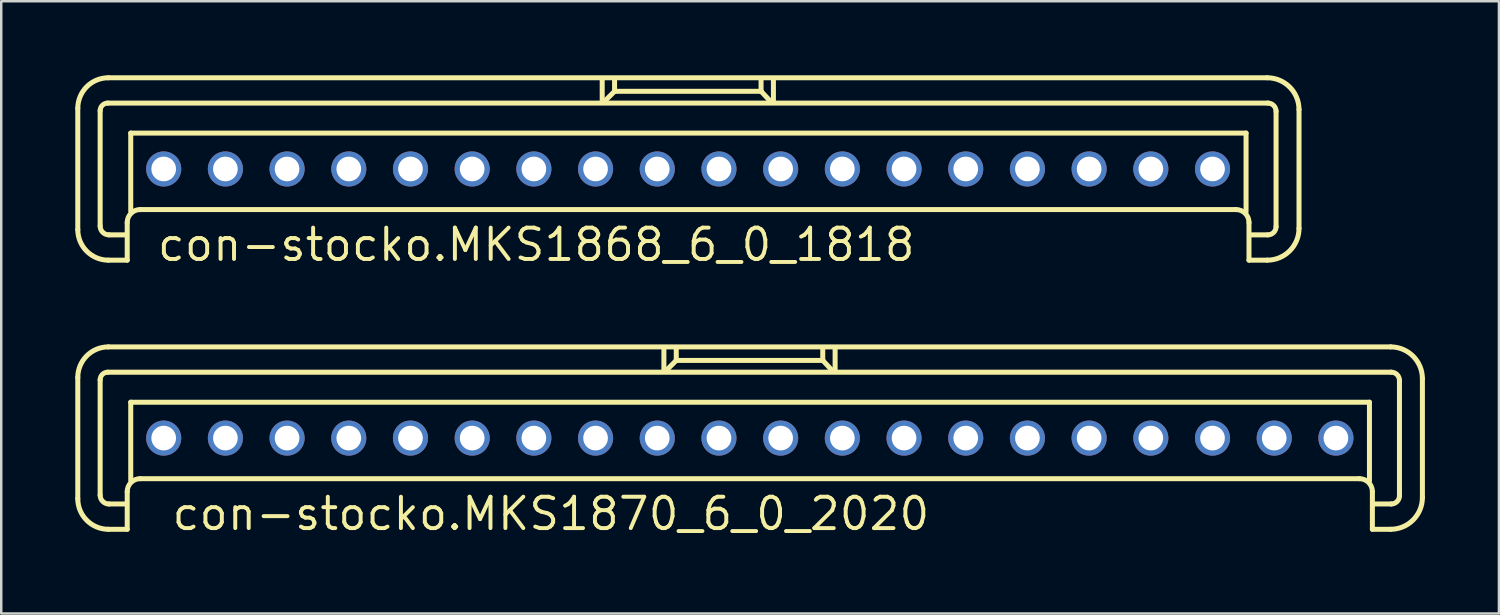
<source format=kicad_pcb>
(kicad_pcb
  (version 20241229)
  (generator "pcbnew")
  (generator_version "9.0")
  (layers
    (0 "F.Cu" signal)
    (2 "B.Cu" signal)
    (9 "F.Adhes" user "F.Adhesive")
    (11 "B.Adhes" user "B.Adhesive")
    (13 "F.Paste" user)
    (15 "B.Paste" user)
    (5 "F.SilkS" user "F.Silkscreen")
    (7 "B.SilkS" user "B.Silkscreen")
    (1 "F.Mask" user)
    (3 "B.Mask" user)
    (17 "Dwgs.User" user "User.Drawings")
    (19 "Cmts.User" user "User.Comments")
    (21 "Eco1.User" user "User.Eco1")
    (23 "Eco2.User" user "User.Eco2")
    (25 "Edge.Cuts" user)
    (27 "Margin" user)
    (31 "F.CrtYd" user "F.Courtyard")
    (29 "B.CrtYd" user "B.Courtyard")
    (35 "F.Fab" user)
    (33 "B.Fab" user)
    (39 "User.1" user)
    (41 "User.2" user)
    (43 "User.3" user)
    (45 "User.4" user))
  (footprint "con-stocko.MKS1870_6_0_2020"
    (layer "F.Cu")
    (at 27.333 14.702)
    (property "Reference" "con-stocko.MKS1870_6_0_2020" (at -23.495 3.81 0) (layer "F.SilkS") (effects (font (size 1.27 1.27) (thickness 0.16)) (justify left bottom)))
    (attr through_hole)
    (fp_line (start -27.231 2.456) (end -27.231 -2.456) (stroke (width 0.203) (type default)) (layer "F.SilkS"))
    (fp_line (start -26.325 2.313) (end -26.325 -2.361) (stroke (width 0.203) (type default)) (layer "F.SilkS"))
    (fp_line (start -26.015 -2.67) (end 25.991 -2.67) (stroke (width 0.203) (type default)) (layer "F.SilkS"))
    (fp_line (start -25.991 -3.696) (end 25.967 -3.696) (stroke (width 0.203) (type default)) (layer "F.SilkS"))
    (fp_line (start -25.252 2.67) (end -25.967 2.67) (stroke (width 0.203) (type default)) (layer "F.SilkS"))
    (fp_line (start -25.228 2.17) (end -25.228 3.695) (stroke (width 0.203) (type default)) (layer "F.SilkS"))
    (fp_line (start -25.228 3.695) (end -25.991 3.695) (stroke (width 0.203) (type default)) (layer "F.SilkS"))
    (fp_line (start -25.085 -1.454) (end 25.109 -1.454) (stroke (width 0.203) (type default)) (layer "F.SilkS"))
    (fp_line (start -25.085 1.716) (end -25.085 -1.454) (stroke (width 0.203) (type default)) (layer "F.SilkS"))
    (fp_line (start -3.481 -3.648) (end -3.481 -2.742) (stroke (width 0.203) (type default)) (layer "F.SilkS"))
    (fp_line (start -3.004 -3.123) (end -3.386 -2.742) (stroke (width 0.203) (type default)) (layer "F.SilkS"))
    (fp_line (start -2.98 -3.147) (end -2.98 -3.624) (stroke (width 0.203) (type default)) (layer "F.SilkS"))
    (fp_line (start 2.956 -3.672) (end 2.956 -3.147) (stroke (width 0.203) (type default)) (layer "F.SilkS"))
    (fp_line (start 2.956 -3.147) (end -2.98 -3.147) (stroke (width 0.203) (type default)) (layer "F.SilkS"))
    (fp_line (start 2.98 -3.123) (end 3.314 -2.766) (stroke (width 0.203) (type default)) (layer "F.SilkS"))
    (fp_line (start 3.457 -3.624) (end 3.457 -2.742) (stroke (width 0.203) (type default)) (layer "F.SilkS"))
    (fp_line (start 24.704 1.645) (end -24.704 1.645) (stroke (width 0.203) (type default)) (layer "F.SilkS"))
    (fp_line (start 25.109 -1.454) (end 25.109 1.74) (stroke (width 0.203) (type default)) (layer "F.SilkS"))
    (fp_line (start 25.228 3.695) (end 25.228 2.17) (stroke (width 0.203) (type default)) (layer "F.SilkS"))
    (fp_line (start 25.967 3.695) (end 25.228 3.695) (stroke (width 0.203) (type default)) (layer "F.SilkS"))
    (fp_line (start 25.991 2.67) (end 25.323 2.67) (stroke (width 0.203) (type default)) (layer "F.SilkS"))
    (fp_line (start 26.325 -2.337) (end 26.325 2.336) (stroke (width 0.203) (type default)) (layer "F.SilkS"))
    (fp_line (start 27.255 -2.408) (end 27.255 2.408) (stroke (width 0.203) (type default)) (layer "F.SilkS"))
    (fp_arc (start -27.231 -2.4558) (mid -26.867871 -3.332471) (end -25.9912 -3.6956) (stroke (width 0.2032) (type default)) (layer "F.SilkS"))
    (fp_arc (start -26.325 -2.3605) (mid -26.234232 -2.579632) (end -26.0151 -2.6704) (stroke (width 0.2032) (type default)) (layer "F.SilkS"))
    (fp_arc (start -25.9912 3.6954) (mid -26.867871 3.332271) (end -27.231 2.4556) (stroke (width 0.2032) (type default)) (layer "F.SilkS"))
    (fp_arc (start -25.9674 2.6702) (mid -26.220261 2.565461) (end -26.325 2.3126) (stroke (width 0.2032) (type default)) (layer "F.SilkS"))
    (fp_arc (start -25.2283 2.1695) (mid -25.074678 1.798622) (end -24.7038 1.645) (stroke (width 0.2032) (type default)) (layer "F.SilkS"))
    (fp_arc (start 24.7036 1.645) (mid 25.074478 1.798622) (end 25.2281 2.1695) (stroke (width 0.2032) (type default)) (layer "F.SilkS"))
    (fp_arc (start 25.9672 -3.6956) (mid 26.8776 -3.3185) (end 27.2547 -2.4081) (stroke (width 0.2032) (type default)) (layer "F.SilkS"))
    (fp_arc (start 25.9911 -2.6704) (mid 26.227132 -2.572632) (end 26.3249 -2.3366) (stroke (width 0.2032) (type default)) (layer "F.SilkS"))
    (fp_arc (start 26.3249 2.3364) (mid 26.227132 2.572432) (end 25.9911 2.6702) (stroke (width 0.2032) (type default)) (layer "F.SilkS"))
    (fp_arc (start 27.2547 2.4079) (mid 26.8776 3.3183) (end 25.9672 3.6954) (stroke (width 0.2032) (type default)) (layer "F.SilkS"))
    (pad "1" thru_hole circle (at -23.75 0) (size 1.422 1.422) (drill 1) (layers "*.Cu" "*.Mask"))
    (pad "2" thru_hole circle (at -21.25 0) (size 1.422 1.422) (drill 1) (layers "*.Cu" "*.Mask"))
    (pad "3" thru_hole circle (at -18.75 0) (size 1.422 1.422) (drill 1) (layers "*.Cu" "*.Mask"))
    (pad "4" thru_hole circle (at -16.25 0) (size 1.422 1.422) (drill 1) (layers "*.Cu" "*.Mask"))
    (pad "5" thru_hole circle (at -13.75 0) (size 1.422 1.422) (drill 1) (layers "*.Cu" "*.Mask"))
    (pad "6" thru_hole circle (at -11.25 0) (size 1.422 1.422) (drill 1) (layers "*.Cu" "*.Mask"))
    (pad "7" thru_hole circle (at -8.75 0) (size 1.422 1.422) (drill 1) (layers "*.Cu" "*.Mask"))
    (pad "8" thru_hole circle (at -6.25 0) (size 1.422 1.422) (drill 1) (layers "*.Cu" "*.Mask"))
    (pad "9" thru_hole circle (at -3.75 0) (size 1.422 1.422) (drill 1) (layers "*.Cu" "*.Mask"))
    (pad "10" thru_hole circle (at -1.25 0) (size 1.422 1.422) (drill 1) (layers "*.Cu" "*.Mask"))
    (pad "11" thru_hole circle (at 1.25 0) (size 1.422 1.422) (drill 1) (layers "*.Cu" "*.Mask"))
    (pad "12" thru_hole circle (at 3.75 0) (size 1.422 1.422) (drill 1) (layers "*.Cu" "*.Mask"))
    (pad "13" thru_hole circle (at 6.25 0) (size 1.422 1.422) (drill 1) (layers "*.Cu" "*.Mask"))
    (pad "14" thru_hole circle (at 8.75 0) (size 1.422 1.422) (drill 1) (layers "*.Cu" "*.Mask"))
    (pad "15" thru_hole circle (at 11.25 0) (size 1.422 1.422) (drill 1) (layers "*.Cu" "*.Mask"))
    (pad "16" thru_hole circle (at 13.75 0) (size 1.422 1.422) (drill 1) (layers "*.Cu" "*.Mask"))
    (pad "17" thru_hole circle (at 16.25 0) (size 1.422 1.422) (drill 1) (layers "*.Cu" "*.Mask"))
    (pad "18" thru_hole circle (at 18.75 0) (size 1.422 1.422) (drill 1) (layers "*.Cu" "*.Mask"))
    (pad "19" thru_hole circle (at 21.25 0) (size 1.422 1.422) (drill 1) (layers "*.Cu" "*.Mask"))
    (pad "20" thru_hole circle (at 23.75 0) (size 1.422 1.422) (drill 1) (layers "*.Cu" "*.Mask")))
  (footprint "con-stocko.MKS1868_6_0_1818"
    (layer "F.Cu")
    (at 24.833 3.797)
    (property "Reference" "con-stocko.MKS1868_6_0_1818" (at -21.59 3.81 0) (layer "F.SilkS") (effects (font (size 1.27 1.27) (thickness 0.16)) (justify left bottom)))
    (attr through_hole)
    (fp_line (start -24.731 2.456) (end -24.731 -2.456) (stroke (width 0.203) (type default)) (layer "F.SilkS"))
    (fp_line (start -23.825 2.313) (end -23.825 -2.361) (stroke (width 0.203) (type default)) (layer "F.SilkS"))
    (fp_line (start -23.515 -2.67) (end 23.491 -2.67) (stroke (width 0.203) (type default)) (layer "F.SilkS"))
    (fp_line (start -23.491 -3.696) (end 23.467 -3.696) (stroke (width 0.203) (type default)) (layer "F.SilkS"))
    (fp_line (start -22.752 2.67) (end -23.467 2.67) (stroke (width 0.203) (type default)) (layer "F.SilkS"))
    (fp_line (start -22.728 2.17) (end -22.728 3.695) (stroke (width 0.203) (type default)) (layer "F.SilkS"))
    (fp_line (start -22.728 3.695) (end -23.491 3.695) (stroke (width 0.203) (type default)) (layer "F.SilkS"))
    (fp_line (start -22.585 -1.454) (end 22.609 -1.454) (stroke (width 0.203) (type default)) (layer "F.SilkS"))
    (fp_line (start -22.585 1.716) (end -22.585 -1.454) (stroke (width 0.203) (type default)) (layer "F.SilkS"))
    (fp_line (start -3.481 -3.648) (end -3.481 -2.742) (stroke (width 0.203) (type default)) (layer "F.SilkS"))
    (fp_line (start -3.004 -3.123) (end -3.386 -2.742) (stroke (width 0.203) (type default)) (layer "F.SilkS"))
    (fp_line (start -2.98 -3.147) (end -2.98 -3.624) (stroke (width 0.203) (type default)) (layer "F.SilkS"))
    (fp_line (start 2.956 -3.672) (end 2.956 -3.147) (stroke (width 0.203) (type default)) (layer "F.SilkS"))
    (fp_line (start 2.956 -3.147) (end -2.98 -3.147) (stroke (width 0.203) (type default)) (layer "F.SilkS"))
    (fp_line (start 2.98 -3.123) (end 3.314 -2.766) (stroke (width 0.203) (type default)) (layer "F.SilkS"))
    (fp_line (start 3.457 -3.624) (end 3.457 -2.742) (stroke (width 0.203) (type default)) (layer "F.SilkS"))
    (fp_line (start 22.204 1.645) (end -22.204 1.645) (stroke (width 0.203) (type default)) (layer "F.SilkS"))
    (fp_line (start 22.609 -1.454) (end 22.609 1.74) (stroke (width 0.203) (type default)) (layer "F.SilkS"))
    (fp_line (start 22.728 3.695) (end 22.728 2.17) (stroke (width 0.203) (type default)) (layer "F.SilkS"))
    (fp_line (start 23.467 3.695) (end 22.728 3.695) (stroke (width 0.203) (type default)) (layer "F.SilkS"))
    (fp_line (start 23.491 2.67) (end 22.823 2.67) (stroke (width 0.203) (type default)) (layer "F.SilkS"))
    (fp_line (start 23.825 -2.337) (end 23.825 2.336) (stroke (width 0.203) (type default)) (layer "F.SilkS"))
    (fp_line (start 24.755 -2.408) (end 24.755 2.408) (stroke (width 0.203) (type default)) (layer "F.SilkS"))
    (fp_arc (start -24.731 -2.4558) (mid -24.367871 -3.332471) (end -23.4912 -3.6956) (stroke (width 0.2032) (type default)) (layer "F.SilkS"))
    (fp_arc (start -23.825 -2.3605) (mid -23.734232 -2.579632) (end -23.5151 -2.6704) (stroke (width 0.2032) (type default)) (layer "F.SilkS"))
    (fp_arc (start -23.4912 3.6954) (mid -24.367871 3.332271) (end -24.731 2.4556) (stroke (width 0.2032) (type default)) (layer "F.SilkS"))
    (fp_arc (start -23.4674 2.6702) (mid -23.720261 2.565461) (end -23.825 2.3126) (stroke (width 0.2032) (type default)) (layer "F.SilkS"))
    (fp_arc (start -22.7283 2.1695) (mid -22.574678 1.798622) (end -22.2038 1.645) (stroke (width 0.2032) (type default)) (layer "F.SilkS"))
    (fp_arc (start 22.2036 1.645) (mid 22.574478 1.798622) (end 22.7281 2.1695) (stroke (width 0.2032) (type default)) (layer "F.SilkS"))
    (fp_arc (start 23.4672 -3.6956) (mid 24.3776 -3.3185) (end 24.7547 -2.4081) (stroke (width 0.2032) (type default)) (layer "F.SilkS"))
    (fp_arc (start 23.4911 -2.6704) (mid 23.727132 -2.572632) (end 23.8249 -2.3366) (stroke (width 0.2032) (type default)) (layer "F.SilkS"))
    (fp_arc (start 23.8249 2.3364) (mid 23.727132 2.572432) (end 23.4911 2.6702) (stroke (width 0.2032) (type default)) (layer "F.SilkS"))
    (fp_arc (start 24.7547 2.4079) (mid 24.3776 3.3183) (end 23.4672 3.6954) (stroke (width 0.2032) (type default)) (layer "F.SilkS"))
    (pad "1" thru_hole circle (at -21.25 0) (size 1.422 1.422) (drill 1) (layers "*.Cu" "*.Mask"))
    (pad "2" thru_hole circle (at -18.75 0) (size 1.422 1.422) (drill 1) (layers "*.Cu" "*.Mask"))
    (pad "3" thru_hole circle (at -16.25 0) (size 1.422 1.422) (drill 1) (layers "*.Cu" "*.Mask"))
    (pad "4" thru_hole circle (at -13.75 0) (size 1.422 1.422) (drill 1) (layers "*.Cu" "*.Mask"))
    (pad "5" thru_hole circle (at -11.25 0) (size 1.422 1.422) (drill 1) (layers "*.Cu" "*.Mask"))
    (pad "6" thru_hole circle (at -8.75 0) (size 1.422 1.422) (drill 1) (layers "*.Cu" "*.Mask"))
    (pad "7" thru_hole circle (at -6.25 0) (size 1.422 1.422) (drill 1) (layers "*.Cu" "*.Mask"))
    (pad "8" thru_hole circle (at -3.75 0) (size 1.422 1.422) (drill 1) (layers "*.Cu" "*.Mask"))
    (pad "9" thru_hole circle (at -1.25 0) (size 1.422 1.422) (drill 1) (layers "*.Cu" "*.Mask"))
    (pad "10" thru_hole circle (at 1.25 0) (size 1.422 1.422) (drill 1) (layers "*.Cu" "*.Mask"))
    (pad "11" thru_hole circle (at 3.75 0) (size 1.422 1.422) (drill 1) (layers "*.Cu" "*.Mask"))
    (pad "12" thru_hole circle (at 6.25 0) (size 1.422 1.422) (drill 1) (layers "*.Cu" "*.Mask"))
    (pad "13" thru_hole circle (at 8.75 0) (size 1.422 1.422) (drill 1) (layers "*.Cu" "*.Mask"))
    (pad "14" thru_hole circle (at 11.25 0) (size 1.422 1.422) (drill 1) (layers "*.Cu" "*.Mask"))
    (pad "15" thru_hole circle (at 13.75 0) (size 1.422 1.422) (drill 1) (layers "*.Cu" "*.Mask"))
    (pad "16" thru_hole circle (at 16.25 0) (size 1.422 1.422) (drill 1) (layers "*.Cu" "*.Mask"))
    (pad "17" thru_hole circle (at 18.75 0) (size 1.422 1.422) (drill 1) (layers "*.Cu" "*.Mask"))
    (pad "18" thru_hole circle (at 21.25 0) (size 1.422 1.422) (drill 1) (layers "*.Cu" "*.Mask")))
  (gr_rect
    (start -3 -3)
    (end 57.689 21.809)
    (stroke (width 0.1) (type default))
    (fill no)
    (layer "Edge.Cuts")))
</source>
